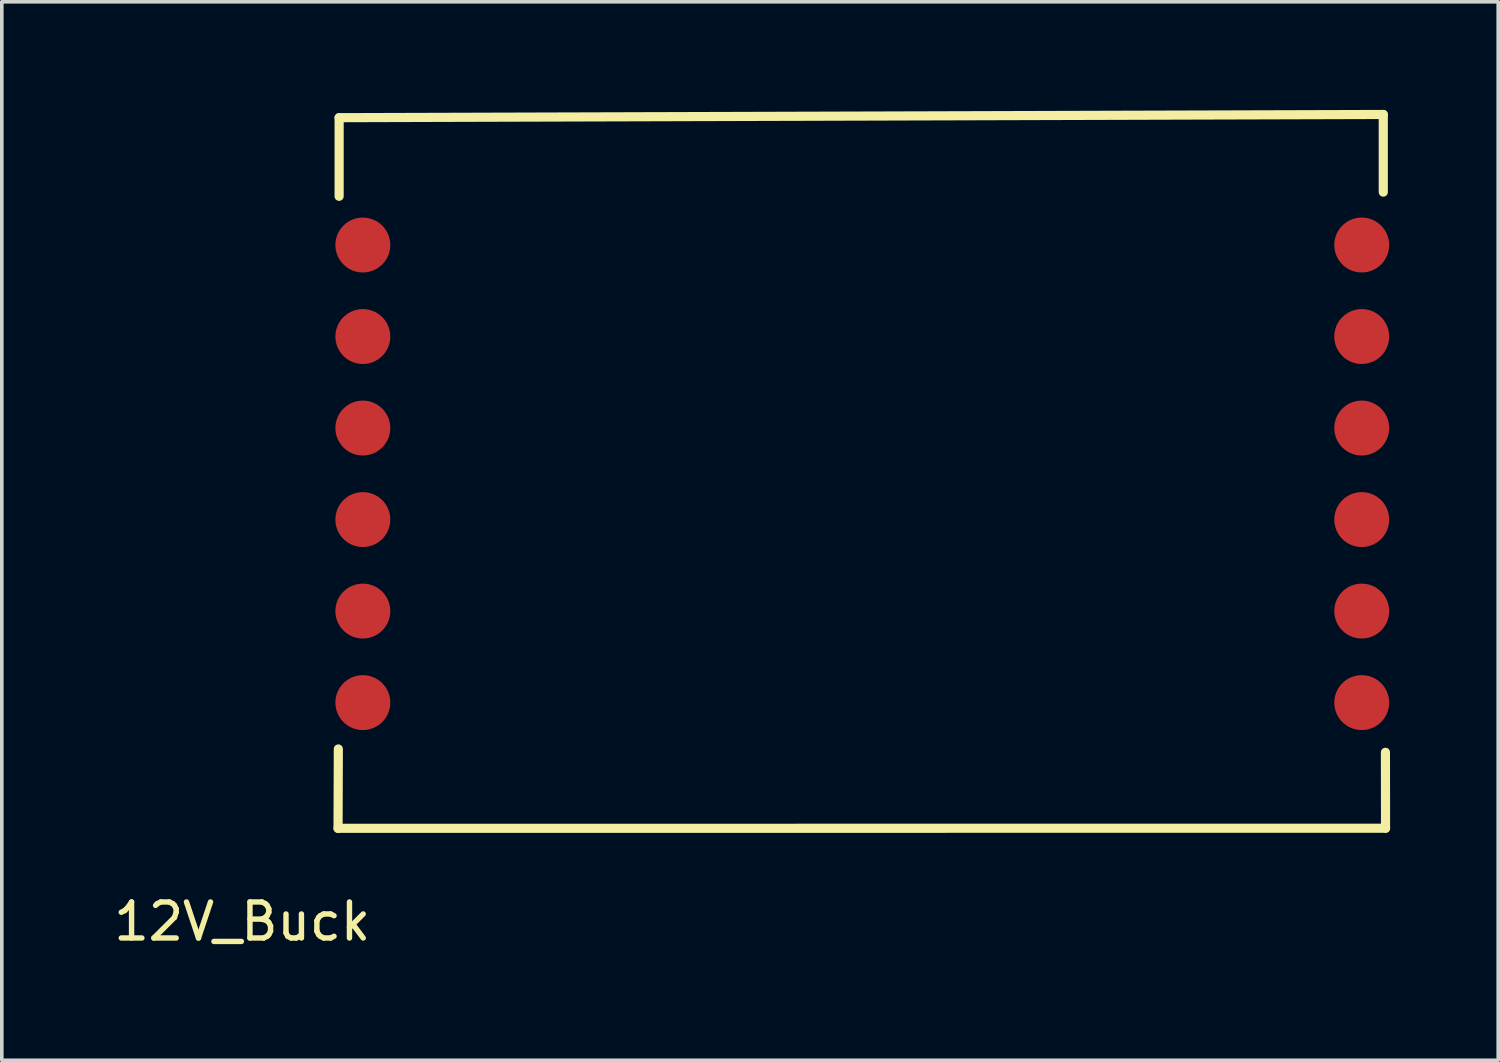
<source format=kicad_pcb>
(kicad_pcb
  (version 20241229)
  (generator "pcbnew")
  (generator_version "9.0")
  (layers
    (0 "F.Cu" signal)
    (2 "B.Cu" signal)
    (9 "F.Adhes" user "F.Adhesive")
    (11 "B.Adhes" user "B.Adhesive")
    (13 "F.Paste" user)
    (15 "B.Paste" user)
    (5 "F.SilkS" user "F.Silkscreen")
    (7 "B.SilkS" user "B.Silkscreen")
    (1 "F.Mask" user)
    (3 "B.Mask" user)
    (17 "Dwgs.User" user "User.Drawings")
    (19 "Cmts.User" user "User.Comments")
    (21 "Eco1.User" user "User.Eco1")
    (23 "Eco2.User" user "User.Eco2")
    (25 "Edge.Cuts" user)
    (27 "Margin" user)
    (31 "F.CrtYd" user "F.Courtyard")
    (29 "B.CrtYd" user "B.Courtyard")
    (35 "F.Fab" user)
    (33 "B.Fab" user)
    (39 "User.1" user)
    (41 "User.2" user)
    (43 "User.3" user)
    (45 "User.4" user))
  (footprint "12V_Buck"
    (layer "F.Cu")
    (at 3.673 22.528)
    (property "Reference" "12V_Buck" (at 0 0 0) (unlocked yes) (layer "F.SilkS") (effects (font (size 1 1) (thickness 0.15))))
    (fp_line (start 2.659 -2.589) (end 31.731 -2.592) (stroke (width 0.254) (type default)) (layer "F.SilkS"))
    (fp_line (start 2.667 -4.791) (end 2.659 -2.589) (stroke (width 0.254) (type default)) (layer "F.SilkS"))
    (fp_line (start 2.689 -22.312) (end 2.689 -20.13) (stroke (width 0.254) (type default)) (layer "F.SilkS"))
    (fp_line (start 2.689 -22.312) (end 31.668 -22.401) (stroke (width 0.254) (type default)) (layer "F.SilkS"))
    (fp_line (start 31.668 -22.401) (end 31.668 -20.246) (stroke (width 0.254) (type default)) (layer "F.SilkS"))
    (fp_line (start 31.731 -2.592) (end 31.728 -4.699) (stroke (width 0.254) (type default)) (layer "F.SilkS"))
    (fp_poly (pts (xy 8.547 -14.467) (xy 6.947 -14.467) (xy 6.947 -13.967) (xy 8.547 -13.967)) (stroke (width 0.1) (type default)) (fill no) (layer "User.1"))
    (fp_poly (pts (xy 8.547 -11.267) (xy 6.947 -11.267) (xy 6.947 -11.767) (xy 8.547 -11.767)) (stroke (width 0.1) (type default)) (fill no) (layer "User.1"))
    (fp_poly (pts (xy 8.674 -20.701) (xy 7.074 -20.701) (xy 7.074 -20.201) (xy 8.674 -20.201)) (stroke (width 0.1) (type default)) (fill no) (layer "User.1"))
    (fp_poly (pts (xy 8.674 -17.5) (xy 7.074 -17.5) (xy 7.074 -18) (xy 8.674 -18)) (stroke (width 0.1) (type default)) (fill no) (layer "User.1"))
    (fp_poly (pts (xy 9.46 -5.049) (xy 10.86 -5.049) (xy 10.86 -3.909) (xy 9.46 -3.909)) (stroke (width 0.1) (type default)) (fill no) (layer "User.1"))
    (fp_poly (pts (xy 10.86 -7.869) (xy 9.46 -7.869) (xy 9.46 -9.009) (xy 10.86 -9.009)) (stroke (width 0.1) (type default)) (fill no) (layer "User.1"))
    (fp_poly (pts (xy 11.214 -14.467) (xy 9.614 -14.467) (xy 9.614 -13.967) (xy 11.214 -13.967)) (stroke (width 0.1) (type default)) (fill no) (layer "User.1"))
    (fp_poly (pts (xy 11.214 -11.267) (xy 9.614 -11.267) (xy 9.614 -11.767) (xy 11.214 -11.767)) (stroke (width 0.1) (type default)) (fill no) (layer "User.1"))
    (fp_poly (pts (xy 11.341 -20.701) (xy 9.741 -20.701) (xy 9.741 -20.201) (xy 11.341 -20.201)) (stroke (width 0.1) (type default)) (fill no) (layer "User.1"))
    (fp_poly (pts (xy 11.341 -17.5) (xy 9.741 -17.5) (xy 9.741 -18) (xy 11.341 -18)) (stroke (width 0.1) (type default)) (fill no) (layer "User.1"))
    (fp_poly (pts (xy 13.062 -21.229) (xy 13.862 -21.229) (xy 13.862 -20.929) (xy 13.062 -20.929)) (stroke (width 0.1) (type default)) (fill no) (layer "User.1"))
    (fp_poly (pts (xy 13.062 -19.629) (xy 13.862 -19.629) (xy 13.862 -19.929) (xy 13.062 -19.929)) (stroke (width 0.1) (type default)) (fill no) (layer "User.1"))
    (fp_poly (pts (xy 15.923 -20.351) (xy 16.758 -20.351) (xy 16.758 -20.761) (xy 15.923 -20.761)) (stroke (width 0.1) (type default)) (fill no) (layer "User.1"))
    (fp_poly (pts (xy 15.923 -19.081) (xy 16.758 -19.081) (xy 16.758 -19.491) (xy 15.923 -19.491)) (stroke (width 0.1) (type default)) (fill no) (layer "User.1"))
    (fp_poly (pts (xy 15.923 -17.811) (xy 16.758 -17.811) (xy 16.758 -18.221) (xy 15.923 -18.221)) (stroke (width 0.1) (type default)) (fill no) (layer "User.1"))
    (fp_poly (pts (xy 15.923 -16.541) (xy 16.758 -16.541) (xy 16.758 -16.951) (xy 15.923 -16.951)) (stroke (width 0.1) (type default)) (fill no) (layer "User.1"))
    (fp_poly (pts (xy 16.748 -20.351) (xy 16.983 -20.351) (xy 16.983 -20.761) (xy 16.748 -20.761)) (stroke (width 0.1) (type default)) (fill no) (layer "User.1"))
    (fp_poly (pts (xy 16.748 -19.081) (xy 16.983 -19.081) (xy 16.983 -19.491) (xy 16.748 -19.491)) (stroke (width 0.1) (type default)) (fill no) (layer "User.1"))
    (fp_poly (pts (xy 16.748 -17.811) (xy 16.983 -17.811) (xy 16.983 -18.221) (xy 16.748 -18.221)) (stroke (width 0.1) (type default)) (fill no) (layer "User.1"))
    (fp_poly (pts (xy 16.748 -16.541) (xy 16.983 -16.541) (xy 16.983 -16.951) (xy 16.748 -16.951)) (stroke (width 0.1) (type default)) (fill no) (layer "User.1"))
    (fp_poly (pts (xy 20.038 -17.123) (xy 17.808 -17.123) (xy 17.808 -20.178) (xy 20.038 -20.178)) (stroke (width 0.1) (type default)) (fill no) (layer "User.1"))
    (fp_poly (pts (xy 21.098 -20.351) (xy 20.863 -20.351) (xy 20.863 -20.761) (xy 21.098 -20.761)) (stroke (width 0.1) (type default)) (fill no) (layer "User.1"))
    (fp_poly (pts (xy 21.098 -19.081) (xy 20.863 -19.081) (xy 20.863 -19.491) (xy 21.098 -19.491)) (stroke (width 0.1) (type default)) (fill no) (layer "User.1"))
    (fp_poly (pts (xy 21.098 -17.811) (xy 20.863 -17.811) (xy 20.863 -18.221) (xy 21.098 -18.221)) (stroke (width 0.1) (type default)) (fill no) (layer "User.1"))
    (fp_poly (pts (xy 21.098 -16.541) (xy 20.863 -16.541) (xy 20.863 -16.951) (xy 21.098 -16.951)) (stroke (width 0.1) (type default)) (fill no) (layer "User.1"))
    (fp_poly (pts (xy 21.923 -20.351) (xy 21.088 -20.351) (xy 21.088 -20.761) (xy 21.923 -20.761)) (stroke (width 0.1) (type default)) (fill no) (layer "User.1"))
    (fp_poly (pts (xy 21.923 -19.081) (xy 21.088 -19.081) (xy 21.088 -19.491) (xy 21.923 -19.491)) (stroke (width 0.1) (type default)) (fill no) (layer "User.1"))
    (fp_poly (pts (xy 21.923 -17.811) (xy 21.088 -17.811) (xy 21.088 -18.221) (xy 21.923 -18.221)) (stroke (width 0.1) (type default)) (fill no) (layer "User.1"))
    (fp_poly (pts (xy 21.923 -16.541) (xy 21.088 -16.541) (xy 21.088 -16.951) (xy 21.923 -16.951)) (stroke (width 0.1) (type default)) (fill no) (layer "User.1"))
    (fp_poly (pts (xy 24.092 -18.289) (xy 24.092 -17.489) (xy 24.392 -17.489) (xy 24.392 -18.289)) (stroke (width 0.1) (type default)) (fill no) (layer "User.1"))
    (fp_poly (pts (xy 24.403 -21.229) (xy 23.603 -21.229) (xy 23.603 -20.929) (xy 24.403 -20.929)) (stroke (width 0.1) (type default)) (fill no) (layer "User.1"))
    (fp_poly (pts (xy 24.403 -19.629) (xy 23.603 -19.629) (xy 23.603 -19.929) (xy 24.403 -19.929)) (stroke (width 0.1) (type default)) (fill no) (layer "User.1"))
    (fp_poly (pts (xy 25.692 -18.289) (xy 25.692 -17.489) (xy 25.392 -17.489) (xy 25.392 -18.289)) (stroke (width 0.1) (type default)) (fill no) (layer "User.1"))
    (fp_poly (pts (xy 26.308 -21.229) (xy 25.508 -21.229) (xy 25.508 -20.929) (xy 26.308 -20.929)) (stroke (width 0.1) (type default)) (fill no) (layer "User.1"))
    (fp_poly (pts (xy 26.308 -19.629) (xy 25.508 -19.629) (xy 25.508 -19.929) (xy 26.308 -19.929)) (stroke (width 0.1) (type default)) (fill no) (layer "User.1"))
    (fp_poly (pts (xy 26.308 -16.022) (xy 25.508 -16.022) (xy 25.508 -15.722) (xy 26.308 -15.722)) (stroke (width 0.1) (type default)) (fill no) (layer "User.1"))
    (fp_poly (pts (xy 26.308 -14.422) (xy 25.508 -14.422) (xy 25.508 -14.722) (xy 26.308 -14.722)) (stroke (width 0.1) (type default)) (fill no) (layer "User.1"))
    (fp_poly (pts (xy 27.216 -7.424) (xy 25.616 -7.424) (xy 25.616 -6.924) (xy 27.216 -6.924)) (stroke (width 0.1) (type default)) (fill no) (layer "User.1"))
    (fp_poly (pts (xy 27.216 -4.224) (xy 25.616 -4.224) (xy 25.616 -4.724) (xy 27.216 -4.724)) (stroke (width 0.1) (type default)) (fill no) (layer "User.1"))
    (fp_line (start 6.947 -14.467) (end 8.547 -14.467) (stroke (width 0.051) (type default)) (layer "User.2"))
    (fp_line (start 6.947 -11.267) (end 6.947 -14.467) (stroke (width 0.051) (type default)) (layer "User.2"))
    (fp_line (start 7.074 -20.701) (end 8.674 -20.701) (stroke (width 0.051) (type default)) (layer "User.2"))
    (fp_line (start 7.074 -17.5) (end 7.074 -20.701) (stroke (width 0.051) (type default)) (layer "User.2"))
    (fp_line (start 8.547 -14.467) (end 8.547 -11.267) (stroke (width 0.051) (type default)) (layer "User.2"))
    (fp_line (start 8.547 -11.267) (end 6.947 -11.267) (stroke (width 0.051) (type default)) (layer "User.2"))
    (fp_line (start 8.674 -20.701) (end 8.674 -17.5) (stroke (width 0.051) (type default)) (layer "User.2"))
    (fp_line (start 8.674 -17.5) (end 7.074 -17.5) (stroke (width 0.051) (type default)) (layer "User.2"))
    (fp_line (start 8.81 -8.609) (end 11.51 -8.609) (stroke (width 0.051) (type default)) (layer "User.2"))
    (fp_line (start 8.81 -4.309) (end 8.81 -8.609) (stroke (width 0.051) (type default)) (layer "User.2"))
    (fp_line (start 9.614 -14.467) (end 11.214 -14.467) (stroke (width 0.051) (type default)) (layer "User.2"))
    (fp_line (start 9.614 -11.267) (end 9.614 -14.467) (stroke (width 0.051) (type default)) (layer "User.2"))
    (fp_line (start 9.741 -20.701) (end 11.341 -20.701) (stroke (width 0.051) (type default)) (layer "User.2"))
    (fp_line (start 9.741 -17.5) (end 9.741 -20.701) (stroke (width 0.051) (type default)) (layer "User.2"))
    (fp_line (start 11.214 -14.467) (end 11.214 -11.267) (stroke (width 0.051) (type default)) (layer "User.2"))
    (fp_line (start 11.214 -11.267) (end 9.614 -11.267) (stroke (width 0.051) (type default)) (layer "User.2"))
    (fp_line (start 11.341 -20.701) (end 11.341 -17.5) (stroke (width 0.051) (type default)) (layer "User.2"))
    (fp_line (start 11.341 -17.5) (end 9.741 -17.5) (stroke (width 0.051) (type default)) (layer "User.2"))
    (fp_line (start 11.51 -8.609) (end 11.51 -4.309) (stroke (width 0.051) (type default)) (layer "User.2"))
    (fp_line (start 11.51 -4.309) (end 8.81 -4.309) (stroke (width 0.051) (type default)) (layer "User.2"))
    (fp_line (start 13.062 -21.229) (end 13.862 -21.229) (stroke (width 0.051) (type default)) (layer "User.2"))
    (fp_line (start 13.062 -19.629) (end 13.062 -21.229) (stroke (width 0.051) (type default)) (layer "User.2"))
    (fp_line (start 13.862 -21.229) (end 13.862 -19.629) (stroke (width 0.051) (type default)) (layer "User.2"))
    (fp_line (start 13.862 -19.629) (end 13.062 -19.629) (stroke (width 0.051) (type default)) (layer "User.2"))
    (fp_line (start 16.973 -21.101) (end 20.873 -21.101) (stroke (width 0.051) (type default)) (layer "User.2"))
    (fp_line (start 16.973 -16.201) (end 16.973 -21.101) (stroke (width 0.051) (type default)) (layer "User.2"))
    (fp_line (start 20.873 -21.101) (end 20.873 -16.201) (stroke (width 0.051) (type default)) (layer "User.2"))
    (fp_line (start 20.873 -16.201) (end 16.973 -16.201) (stroke (width 0.051) (type default)) (layer "User.2"))
    (fp_line (start 23.603 -21.229) (end 24.403 -21.229) (stroke (width 0.051) (type default)) (layer "User.2"))
    (fp_line (start 23.603 -19.629) (end 23.603 -21.229) (stroke (width 0.051) (type default)) (layer "User.2"))
    (fp_line (start 24.092 -18.289) (end 25.692 -18.289) (stroke (width 0.051) (type default)) (layer "User.2"))
    (fp_line (start 24.092 -17.489) (end 24.092 -18.289) (stroke (width 0.051) (type default)) (layer "User.2"))
    (fp_line (start 24.403 -21.229) (end 24.403 -19.629) (stroke (width 0.051) (type default)) (layer "User.2"))
    (fp_line (start 24.403 -19.629) (end 23.603 -19.629) (stroke (width 0.051) (type default)) (layer "User.2"))
    (fp_line (start 25.508 -21.229) (end 26.308 -21.229) (stroke (width 0.051) (type default)) (layer "User.2"))
    (fp_line (start 25.508 -19.629) (end 25.508 -21.229) (stroke (width 0.051) (type default)) (layer "User.2"))
    (fp_line (start 25.508 -16.022) (end 26.308 -16.022) (stroke (width 0.051) (type default)) (layer "User.2"))
    (fp_line (start 25.508 -14.422) (end 25.508 -16.022) (stroke (width 0.051) (type default)) (layer "User.2"))
    (fp_line (start 25.616 -7.424) (end 27.216 -7.424) (stroke (width 0.051) (type default)) (layer "User.2"))
    (fp_line (start 25.616 -4.224) (end 25.616 -7.424) (stroke (width 0.051) (type default)) (layer "User.2"))
    (fp_line (start 25.692 -18.289) (end 25.692 -17.489) (stroke (width 0.051) (type default)) (layer "User.2"))
    (fp_line (start 25.692 -17.489) (end 24.092 -17.489) (stroke (width 0.051) (type default)) (layer "User.2"))
    (fp_line (start 26.308 -21.229) (end 26.308 -19.629) (stroke (width 0.051) (type default)) (layer "User.2"))
    (fp_line (start 26.308 -19.629) (end 25.508 -19.629) (stroke (width 0.051) (type default)) (layer "User.2"))
    (fp_line (start 26.308 -16.022) (end 26.308 -14.422) (stroke (width 0.051) (type default)) (layer "User.2"))
    (fp_line (start 26.308 -14.422) (end 25.508 -14.422) (stroke (width 0.051) (type default)) (layer "User.2"))
    (fp_line (start 27.216 -7.424) (end 27.216 -4.224) (stroke (width 0.051) (type default)) (layer "User.2"))
    (fp_line (start 27.216 -4.224) (end 25.616 -4.224) (stroke (width 0.051) (type default)) (layer "User.2"))
    (fp_poly (pts (xy 8.607 -11.267) (xy 8.589 -11.309) (xy 8.547 -11.327) (xy 8.505 -11.309) (xy 8.487 -11.267) (xy 8.505 -11.225) (xy 8.547 -11.207) (xy 8.589 -11.225)) (stroke (width 0.1) (type default)) (fill no) (layer "User.3"))
    (fp_poly (pts (xy 8.734 -17.5) (xy 8.716 -17.543) (xy 8.674 -17.561) (xy 8.632 -17.543) (xy 8.614 -17.5) (xy 8.632 -17.458) (xy 8.674 -17.441) (xy 8.716 -17.458)) (stroke (width 0.1) (type default)) (fill no) (layer "User.3"))
    (fp_poly (pts (xy 11.274 -11.267) (xy 11.256 -11.309) (xy 11.214 -11.327) (xy 11.172 -11.309) (xy 11.154 -11.267) (xy 11.172 -11.225) (xy 11.214 -11.207) (xy 11.256 -11.225)) (stroke (width 0.1) (type default)) (fill no) (layer "User.3"))
    (fp_poly (pts (xy 11.401 -17.5) (xy 11.383 -17.543) (xy 11.341 -17.561) (xy 11.299 -17.543) (xy 11.281 -17.5) (xy 11.299 -17.458) (xy 11.341 -17.441) (xy 11.383 -17.458)) (stroke (width 0.1) (type default)) (fill no) (layer "User.3"))
    (fp_poly (pts (xy 11.57 -9.008) (xy 11.552 -9.051) (xy 11.51 -9.069) (xy 11.468 -9.051) (xy 11.45 -9.008) (xy 11.468 -8.966) (xy 11.51 -8.948) (xy 11.552 -8.966)) (stroke (width 0.1) (type default)) (fill no) (layer "User.3"))
    (fp_poly (pts (xy 13.122 -21.229) (xy 13.104 -21.271) (xy 13.062 -21.289) (xy 13.02 -21.271) (xy 13.002 -21.229) (xy 13.02 -21.187) (xy 13.062 -21.169) (xy 13.104 -21.187)) (stroke (width 0.1) (type default)) (fill no) (layer "User.3"))
    (fp_poly (pts (xy 21.983 -16.201) (xy 21.965 -16.243) (xy 21.923 -16.261) (xy 21.881 -16.243) (xy 21.863 -16.201) (xy 21.881 -16.158) (xy 21.923 -16.14) (xy 21.965 -16.158)) (stroke (width 0.1) (type default)) (fill no) (layer "User.3"))
    (fp_poly (pts (xy 24.463 -19.629) (xy 24.445 -19.671) (xy 24.403 -19.689) (xy 24.361 -19.671) (xy 24.343 -19.629) (xy 24.361 -19.587) (xy 24.403 -19.569) (xy 24.445 -19.587)) (stroke (width 0.1) (type default)) (fill no) (layer "User.3"))
    (fp_poly (pts (xy 25.752 -18.289) (xy 25.734 -18.331) (xy 25.692 -18.349) (xy 25.65 -18.331) (xy 25.632 -18.289) (xy 25.65 -18.247) (xy 25.692 -18.229) (xy 25.734 -18.247)) (stroke (width 0.1) (type default)) (fill no) (layer "User.3"))
    (fp_poly (pts (xy 26.368 -19.629) (xy 26.35 -19.671) (xy 26.308 -19.689) (xy 26.266 -19.671) (xy 26.248 -19.629) (xy 26.266 -19.587) (xy 26.308 -19.569) (xy 26.35 -19.587)) (stroke (width 0.1) (type default)) (fill no) (layer "User.3"))
    (fp_poly (pts (xy 26.368 -14.422) (xy 26.35 -14.464) (xy 26.308 -14.482) (xy 26.266 -14.464) (xy 26.248 -14.422) (xy 26.266 -14.38) (xy 26.308 -14.362) (xy 26.35 -14.38)) (stroke (width 0.1) (type default)) (fill no) (layer "User.3"))
    (fp_poly (pts (xy 27.276 -4.224) (xy 27.258 -4.266) (xy 27.216 -4.284) (xy 27.174 -4.266) (xy 27.156 -4.224) (xy 27.174 -4.182) (xy 27.216 -4.164) (xy 27.258 -4.182)) (stroke (width 0.1) (type default)) (fill no) (layer "User.3"))
    (pad "1" smd circle (at 3.347 -18.778) (size 1.524 1.524) (layers "F.Cu" "F.Mask" "F.Paste"))
    (pad "2" smd circle (at 3.347 -16.238) (size 1.524 1.524) (layers "F.Cu" "F.Mask" "F.Paste"))
    (pad "3" smd circle (at 3.347 -13.698) (size 1.524 1.524) (layers "F.Cu" "F.Mask" "F.Paste"))
    (pad "4" smd circle (at 3.347 -11.158) (size 1.524 1.524) (layers "F.Cu" "F.Mask" "F.Paste"))
    (pad "5" smd circle (at 3.347 -8.618) (size 1.524 1.524) (layers "F.Cu" "F.Mask" "F.Paste"))
    (pad "6" smd circle (at 3.347 -6.078) (size 1.524 1.524) (layers "F.Cu" "F.Mask" "F.Paste"))
    (pad "7" smd circle (at 31.07 -18.778) (size 1.524 1.524) (layers "F.Cu" "F.Mask" "F.Paste"))
    (pad "8" smd circle (at 31.07 -16.238) (size 1.524 1.524) (layers "F.Cu" "F.Mask" "F.Paste"))
    (pad "9" smd circle (at 31.07 -13.698) (size 1.524 1.524) (layers "F.Cu" "F.Mask" "F.Paste"))
    (pad "10" smd circle (at 31.07 -11.158) (size 1.524 1.524) (layers "F.Cu" "F.Mask" "F.Paste"))
    (pad "11" smd circle (at 31.07 -8.618) (size 1.524 1.524) (layers "F.Cu" "F.Mask" "F.Paste"))
    (pad "12" smd circle (at 31.07 -6.078) (size 1.524 1.524) (layers "F.Cu" "F.Mask" "F.Paste")))
  (gr_rect
    (start -3 -3)
    (end 38.531 26.376)
    (stroke (width 0.1) (type default))
    (fill no)
    (layer "Edge.Cuts")))
</source>
